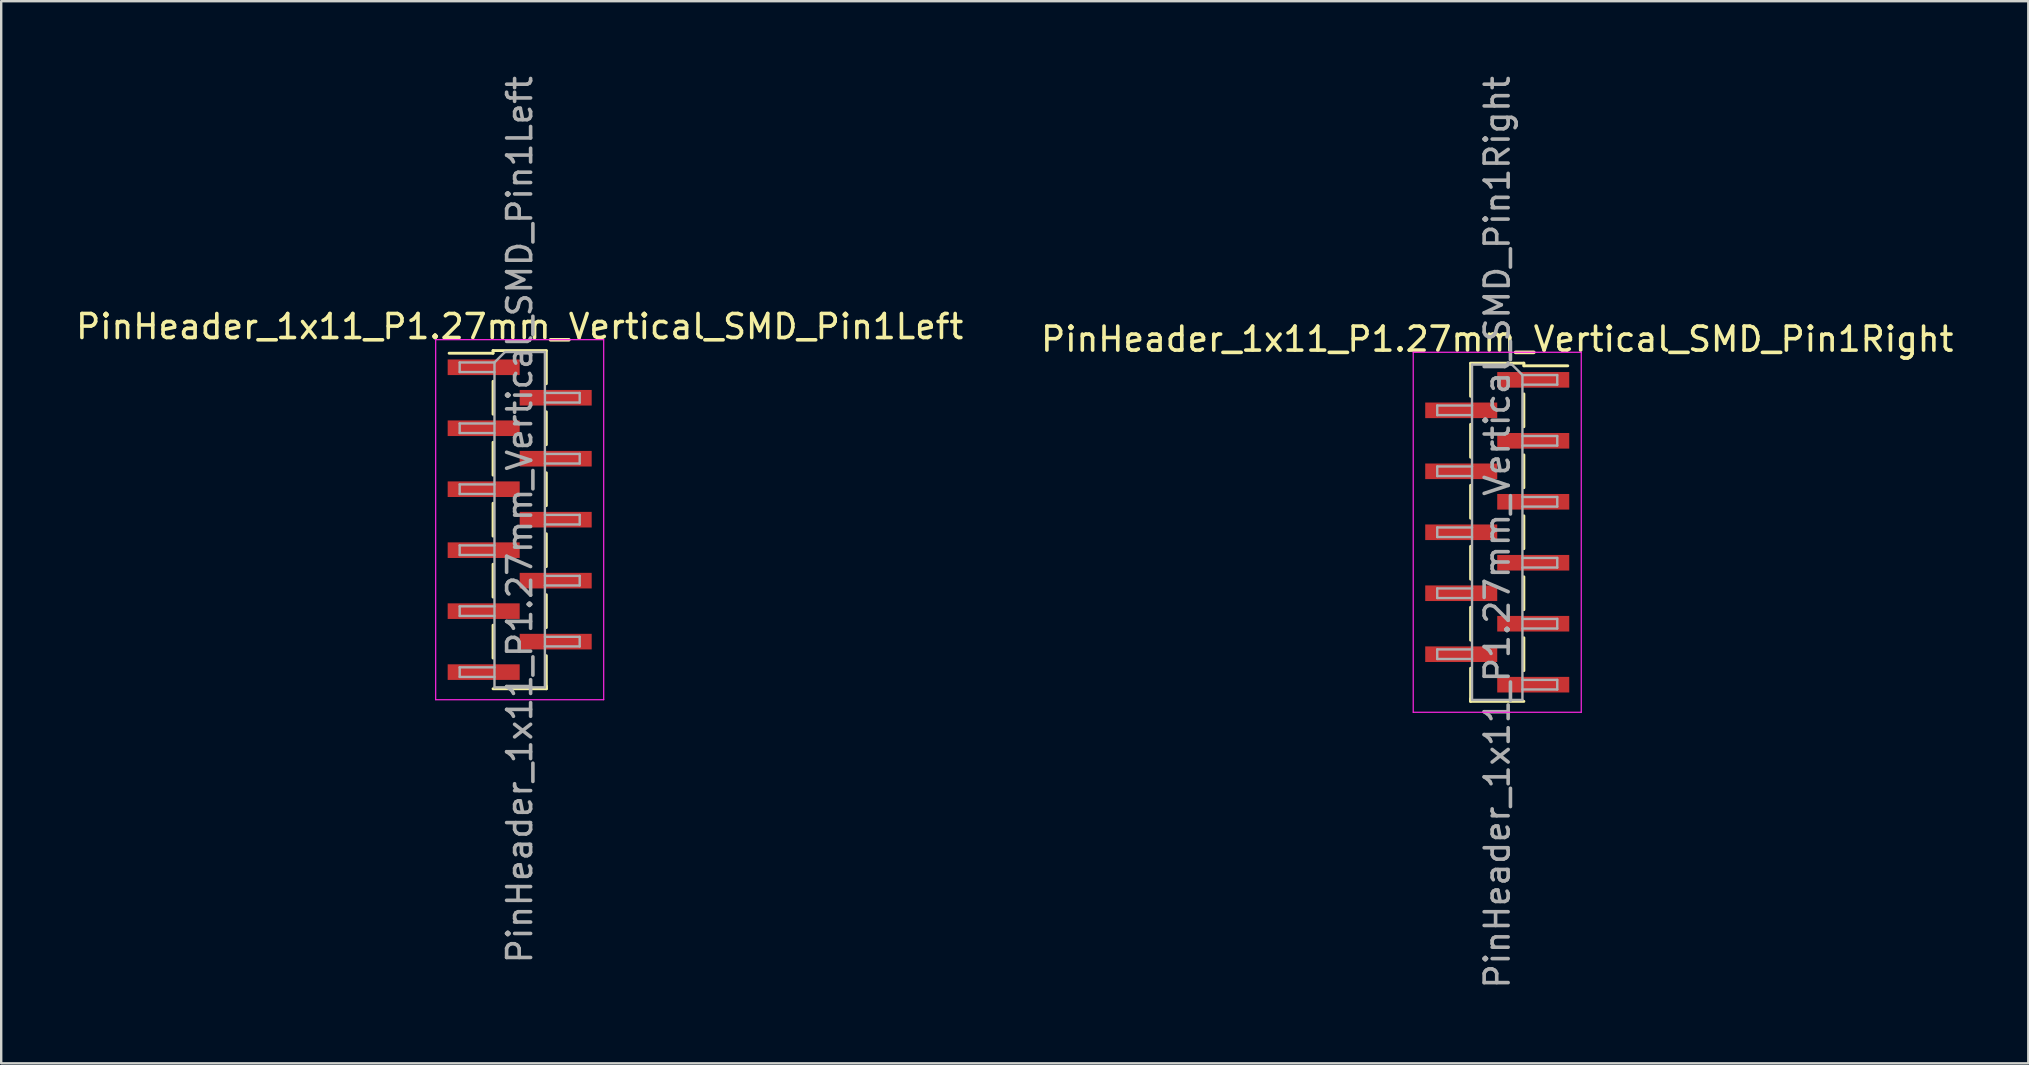
<source format=kicad_pcb>
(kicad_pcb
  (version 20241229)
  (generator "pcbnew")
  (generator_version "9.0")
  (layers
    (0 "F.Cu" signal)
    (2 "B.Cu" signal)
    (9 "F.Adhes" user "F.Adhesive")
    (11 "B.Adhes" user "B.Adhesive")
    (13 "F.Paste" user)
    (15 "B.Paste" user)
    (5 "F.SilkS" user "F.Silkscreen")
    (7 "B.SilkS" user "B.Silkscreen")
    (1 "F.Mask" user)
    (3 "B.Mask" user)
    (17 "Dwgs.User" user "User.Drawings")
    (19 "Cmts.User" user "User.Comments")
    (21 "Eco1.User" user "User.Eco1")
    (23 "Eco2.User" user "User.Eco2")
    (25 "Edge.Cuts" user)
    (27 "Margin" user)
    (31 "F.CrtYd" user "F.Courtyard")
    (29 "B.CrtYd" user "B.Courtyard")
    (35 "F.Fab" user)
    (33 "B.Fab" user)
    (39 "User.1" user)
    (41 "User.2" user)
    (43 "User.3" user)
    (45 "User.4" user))
  (footprint "PinHeader_1x11_P1.27mm_Vertical_SMD_Pin1Right"
    (layer "F.Cu")
    (at 59.327 19.125)
    (property "Reference" "PinHeader_1x11_P1.27mm_Vertical_SMD_Pin1Right" (at 0 -8.045 0) (layer "F.SilkS") (effects (font (size 1 1) (thickness 0.15))))
    (attr smd)
    (fp_line (start -1.11 -7.045) (end 1.11 -7.045) (stroke (width 0.12) (type solid)) (layer "F.SilkS"))
    (fp_line (start -1.11 -7.035) (end -1.11 -5.665) (stroke (width 0.12) (type solid)) (layer "F.SilkS"))
    (fp_line (start -1.11 -4.495) (end -1.11 -3.125) (stroke (width 0.12) (type solid)) (layer "F.SilkS"))
    (fp_line (start -1.11 -1.955) (end -1.11 -0.585) (stroke (width 0.12) (type solid)) (layer "F.SilkS"))
    (fp_line (start -1.11 0.585) (end -1.11 1.955) (stroke (width 0.12) (type solid)) (layer "F.SilkS"))
    (fp_line (start -1.11 3.125) (end -1.11 4.495) (stroke (width 0.12) (type solid)) (layer "F.SilkS"))
    (fp_line (start -1.11 5.665) (end -1.11 7.035) (stroke (width 0.12) (type solid)) (layer "F.SilkS"))
    (fp_line (start -1.11 6.935) (end -1.11 7.045) (stroke (width 0.12) (type solid)) (layer "F.SilkS"))
    (fp_line (start -1.11 7.045) (end 1.11 7.045) (stroke (width 0.12) (type solid)) (layer "F.SilkS"))
    (fp_line (start 1.11 -7.045) (end 1.11 -6.935) (stroke (width 0.12) (type solid)) (layer "F.SilkS"))
    (fp_line (start 1.11 -6.935) (end 2.94 -6.935) (stroke (width 0.12) (type solid)) (layer "F.SilkS"))
    (fp_line (start 1.11 -5.765) (end 1.11 -4.395) (stroke (width 0.12) (type solid)) (layer "F.SilkS"))
    (fp_line (start 1.11 -3.225) (end 1.11 -1.855) (stroke (width 0.12) (type solid)) (layer "F.SilkS"))
    (fp_line (start 1.11 -0.685) (end 1.11 0.685) (stroke (width 0.12) (type solid)) (layer "F.SilkS"))
    (fp_line (start 1.11 1.855) (end 1.11 3.225) (stroke (width 0.12) (type solid)) (layer "F.SilkS"))
    (fp_line (start 1.11 4.395) (end 1.11 5.765) (stroke (width 0.12) (type solid)) (layer "F.SilkS"))
    (fp_line (start -3.5 -7.5) (end -3.5 7.5) (stroke (width 0.05) (type solid)) (layer "F.CrtYd"))
    (fp_line (start -3.5 7.5) (end 3.5 7.5) (stroke (width 0.05) (type solid)) (layer "F.CrtYd"))
    (fp_line (start 3.5 -7.5) (end -3.5 -7.5) (stroke (width 0.05) (type solid)) (layer "F.CrtYd"))
    (fp_line (start 3.5 7.5) (end 3.5 -7.5) (stroke (width 0.05) (type solid)) (layer "F.CrtYd"))
    (fp_line (start -2.5 -5.28) (end -2.5 -4.88) (stroke (width 0.1) (type solid)) (layer "F.Fab"))
    (fp_line (start -2.5 -4.88) (end -1.05 -4.88) (stroke (width 0.1) (type solid)) (layer "F.Fab"))
    (fp_line (start -2.5 -2.74) (end -2.5 -2.34) (stroke (width 0.1) (type solid)) (layer "F.Fab"))
    (fp_line (start -2.5 -2.34) (end -1.05 -2.34) (stroke (width 0.1) (type solid)) (layer "F.Fab"))
    (fp_line (start -2.5 -0.2) (end -2.5 0.2) (stroke (width 0.1) (type solid)) (layer "F.Fab"))
    (fp_line (start -2.5 0.2) (end -1.05 0.2) (stroke (width 0.1) (type solid)) (layer "F.Fab"))
    (fp_line (start -2.5 2.34) (end -2.5 2.74) (stroke (width 0.1) (type solid)) (layer "F.Fab"))
    (fp_line (start -2.5 2.74) (end -1.05 2.74) (stroke (width 0.1) (type solid)) (layer "F.Fab"))
    (fp_line (start -2.5 4.88) (end -2.5 5.28) (stroke (width 0.1) (type solid)) (layer "F.Fab"))
    (fp_line (start -2.5 5.28) (end -1.05 5.28) (stroke (width 0.1) (type solid)) (layer "F.Fab"))
    (fp_line (start -1.05 -6.985) (end -1.05 6.985) (stroke (width 0.1) (type solid)) (layer "F.Fab"))
    (fp_line (start -1.05 -6.985) (end 0.615 -6.985) (stroke (width 0.1) (type solid)) (layer "F.Fab"))
    (fp_line (start -1.05 -5.28) (end -2.5 -5.28) (stroke (width 0.1) (type solid)) (layer "F.Fab"))
    (fp_line (start -1.05 -2.74) (end -2.5 -2.74) (stroke (width 0.1) (type solid)) (layer "F.Fab"))
    (fp_line (start -1.05 -0.2) (end -2.5 -0.2) (stroke (width 0.1) (type solid)) (layer "F.Fab"))
    (fp_line (start -1.05 2.34) (end -2.5 2.34) (stroke (width 0.1) (type solid)) (layer "F.Fab"))
    (fp_line (start -1.05 4.88) (end -2.5 4.88) (stroke (width 0.1) (type solid)) (layer "F.Fab"))
    (fp_line (start 1.05 -6.55) (end 0.615 -6.985) (stroke (width 0.1) (type solid)) (layer "F.Fab"))
    (fp_line (start 1.05 -6.55) (end 2.5 -6.55) (stroke (width 0.1) (type solid)) (layer "F.Fab"))
    (fp_line (start 1.05 -4.01) (end 2.5 -4.01) (stroke (width 0.1) (type solid)) (layer "F.Fab"))
    (fp_line (start 1.05 -1.47) (end 2.5 -1.47) (stroke (width 0.1) (type solid)) (layer "F.Fab"))
    (fp_line (start 1.05 1.07) (end 2.5 1.07) (stroke (width 0.1) (type solid)) (layer "F.Fab"))
    (fp_line (start 1.05 3.61) (end 2.5 3.61) (stroke (width 0.1) (type solid)) (layer "F.Fab"))
    (fp_line (start 1.05 6.15) (end 2.5 6.15) (stroke (width 0.1) (type solid)) (layer "F.Fab"))
    (fp_line (start 1.05 6.985) (end -1.05 6.985) (stroke (width 0.1) (type solid)) (layer "F.Fab"))
    (fp_line (start 1.05 6.985) (end 1.05 -6.55) (stroke (width 0.1) (type solid)) (layer "F.Fab"))
    (fp_line (start 2.5 -6.55) (end 2.5 -6.15) (stroke (width 0.1) (type solid)) (layer "F.Fab"))
    (fp_line (start 2.5 -6.15) (end 1.05 -6.15) (stroke (width 0.1) (type solid)) (layer "F.Fab"))
    (fp_line (start 2.5 -4.01) (end 2.5 -3.61) (stroke (width 0.1) (type solid)) (layer "F.Fab"))
    (fp_line (start 2.5 -3.61) (end 1.05 -3.61) (stroke (width 0.1) (type solid)) (layer "F.Fab"))
    (fp_line (start 2.5 -1.47) (end 2.5 -1.07) (stroke (width 0.1) (type solid)) (layer "F.Fab"))
    (fp_line (start 2.5 -1.07) (end 1.05 -1.07) (stroke (width 0.1) (type solid)) (layer "F.Fab"))
    (fp_line (start 2.5 1.07) (end 2.5 1.47) (stroke (width 0.1) (type solid)) (layer "F.Fab"))
    (fp_line (start 2.5 1.47) (end 1.05 1.47) (stroke (width 0.1) (type solid)) (layer "F.Fab"))
    (fp_line (start 2.5 3.61) (end 2.5 4.01) (stroke (width 0.1) (type solid)) (layer "F.Fab"))
    (fp_line (start 2.5 4.01) (end 1.05 4.01) (stroke (width 0.1) (type solid)) (layer "F.Fab"))
    (fp_line (start 2.5 6.15) (end 2.5 6.55) (stroke (width 0.1) (type solid)) (layer "F.Fab"))
    (fp_line (start 2.5 6.55) (end 1.05 6.55) (stroke (width 0.1) (type solid)) (layer "F.Fab"))
    (fp_text user "${REFERENCE}" (at 0 0 90) (layer "F.Fab") (effects (font (size 1 1) (thickness 0.15))))
    (pad "1" smd rect (at 1.5 -6.35) (size 3 0.65) (layers "F.Cu" "F.Mask" "F.Paste"))
    (pad "2" smd rect (at -1.5 -5.08) (size 3 0.65) (layers "F.Cu" "F.Mask" "F.Paste"))
    (pad "3" smd rect (at 1.5 -3.81) (size 3 0.65) (layers "F.Cu" "F.Mask" "F.Paste"))
    (pad "4" smd rect (at -1.5 -2.54) (size 3 0.65) (layers "F.Cu" "F.Mask" "F.Paste"))
    (pad "5" smd rect (at 1.5 -1.27) (size 3 0.65) (layers "F.Cu" "F.Mask" "F.Paste"))
    (pad "6" smd rect (at -1.5 0) (size 3 0.65) (layers "F.Cu" "F.Mask" "F.Paste"))
    (pad "7" smd rect (at 1.5 1.27) (size 3 0.65) (layers "F.Cu" "F.Mask" "F.Paste"))
    (pad "8" smd rect (at -1.5 2.54) (size 3 0.65) (layers "F.Cu" "F.Mask" "F.Paste"))
    (pad "9" smd rect (at 1.5 3.81) (size 3 0.65) (layers "F.Cu" "F.Mask" "F.Paste"))
    (pad "10" smd rect (at -1.5 5.08) (size 3 0.65) (layers "F.Cu" "F.Mask" "F.Paste"))
    (pad "11" smd rect (at 1.5 6.35) (size 3 0.65) (layers "F.Cu" "F.Mask" "F.Paste")))
  (footprint "PinHeader_1x11_P1.27mm_Vertical_SMD_Pin1Left"
    (layer "F.Cu")
    (at 18.601 18.601)
    (property "Reference" "PinHeader_1x11_P1.27mm_Vertical_SMD_Pin1Left" (at 0 -8.045 0) (layer "F.SilkS") (effects (font (size 1 1) (thickness 0.15))))
    (attr smd)
    (fp_line (start -1.11 -7.045) (end -1.11 -6.935) (stroke (width 0.12) (type solid)) (layer "F.SilkS"))
    (fp_line (start -1.11 -7.045) (end 1.11 -7.045) (stroke (width 0.12) (type solid)) (layer "F.SilkS"))
    (fp_line (start -1.11 -6.935) (end -2.94 -6.935) (stroke (width 0.12) (type solid)) (layer "F.SilkS"))
    (fp_line (start -1.11 -5.765) (end -1.11 -4.395) (stroke (width 0.12) (type solid)) (layer "F.SilkS"))
    (fp_line (start -1.11 -3.225) (end -1.11 -1.855) (stroke (width 0.12) (type solid)) (layer "F.SilkS"))
    (fp_line (start -1.11 -0.685) (end -1.11 0.685) (stroke (width 0.12) (type solid)) (layer "F.SilkS"))
    (fp_line (start -1.11 1.855) (end -1.11 3.225) (stroke (width 0.12) (type solid)) (layer "F.SilkS"))
    (fp_line (start -1.11 4.395) (end -1.11 5.765) (stroke (width 0.12) (type solid)) (layer "F.SilkS"))
    (fp_line (start -1.11 7.045) (end 1.11 7.045) (stroke (width 0.12) (type solid)) (layer "F.SilkS"))
    (fp_line (start 1.11 -7.035) (end 1.11 -5.665) (stroke (width 0.12) (type solid)) (layer "F.SilkS"))
    (fp_line (start 1.11 -4.495) (end 1.11 -3.125) (stroke (width 0.12) (type solid)) (layer "F.SilkS"))
    (fp_line (start 1.11 -1.955) (end 1.11 -0.585) (stroke (width 0.12) (type solid)) (layer "F.SilkS"))
    (fp_line (start 1.11 0.585) (end 1.11 1.955) (stroke (width 0.12) (type solid)) (layer "F.SilkS"))
    (fp_line (start 1.11 3.125) (end 1.11 4.495) (stroke (width 0.12) (type solid)) (layer "F.SilkS"))
    (fp_line (start 1.11 5.665) (end 1.11 7.035) (stroke (width 0.12) (type solid)) (layer "F.SilkS"))
    (fp_line (start 1.11 6.935) (end 1.11 7.045) (stroke (width 0.12) (type solid)) (layer "F.SilkS"))
    (fp_line (start -3.5 -7.5) (end -3.5 7.5) (stroke (width 0.05) (type solid)) (layer "F.CrtYd"))
    (fp_line (start -3.5 7.5) (end 3.5 7.5) (stroke (width 0.05) (type solid)) (layer "F.CrtYd"))
    (fp_line (start 3.5 -7.5) (end -3.5 -7.5) (stroke (width 0.05) (type solid)) (layer "F.CrtYd"))
    (fp_line (start 3.5 7.5) (end 3.5 -7.5) (stroke (width 0.05) (type solid)) (layer "F.CrtYd"))
    (fp_line (start -2.5 -6.55) (end -2.5 -6.15) (stroke (width 0.1) (type solid)) (layer "F.Fab"))
    (fp_line (start -2.5 -6.15) (end -1.05 -6.15) (stroke (width 0.1) (type solid)) (layer "F.Fab"))
    (fp_line (start -2.5 -4.01) (end -2.5 -3.61) (stroke (width 0.1) (type solid)) (layer "F.Fab"))
    (fp_line (start -2.5 -3.61) (end -1.05 -3.61) (stroke (width 0.1) (type solid)) (layer "F.Fab"))
    (fp_line (start -2.5 -1.47) (end -2.5 -1.07) (stroke (width 0.1) (type solid)) (layer "F.Fab"))
    (fp_line (start -2.5 -1.07) (end -1.05 -1.07) (stroke (width 0.1) (type solid)) (layer "F.Fab"))
    (fp_line (start -2.5 1.07) (end -2.5 1.47) (stroke (width 0.1) (type solid)) (layer "F.Fab"))
    (fp_line (start -2.5 1.47) (end -1.05 1.47) (stroke (width 0.1) (type solid)) (layer "F.Fab"))
    (fp_line (start -2.5 3.61) (end -2.5 4.01) (stroke (width 0.1) (type solid)) (layer "F.Fab"))
    (fp_line (start -2.5 4.01) (end -1.05 4.01) (stroke (width 0.1) (type solid)) (layer "F.Fab"))
    (fp_line (start -2.5 6.15) (end -2.5 6.55) (stroke (width 0.1) (type solid)) (layer "F.Fab"))
    (fp_line (start -2.5 6.55) (end -1.05 6.55) (stroke (width 0.1) (type solid)) (layer "F.Fab"))
    (fp_line (start -1.05 -6.55) (end -2.5 -6.55) (stroke (width 0.1) (type solid)) (layer "F.Fab"))
    (fp_line (start -1.05 -6.55) (end -0.615 -6.985) (stroke (width 0.1) (type solid)) (layer "F.Fab"))
    (fp_line (start -1.05 -4.01) (end -2.5 -4.01) (stroke (width 0.1) (type solid)) (layer "F.Fab"))
    (fp_line (start -1.05 -1.47) (end -2.5 -1.47) (stroke (width 0.1) (type solid)) (layer "F.Fab"))
    (fp_line (start -1.05 1.07) (end -2.5 1.07) (stroke (width 0.1) (type solid)) (layer "F.Fab"))
    (fp_line (start -1.05 3.61) (end -2.5 3.61) (stroke (width 0.1) (type solid)) (layer "F.Fab"))
    (fp_line (start -1.05 6.15) (end -2.5 6.15) (stroke (width 0.1) (type solid)) (layer "F.Fab"))
    (fp_line (start -1.05 6.985) (end -1.05 -6.55) (stroke (width 0.1) (type solid)) (layer "F.Fab"))
    (fp_line (start -0.615 -6.985) (end 1.05 -6.985) (stroke (width 0.1) (type solid)) (layer "F.Fab"))
    (fp_line (start 1.05 -6.985) (end 1.05 6.985) (stroke (width 0.1) (type solid)) (layer "F.Fab"))
    (fp_line (start 1.05 -5.28) (end 2.5 -5.28) (stroke (width 0.1) (type solid)) (layer "F.Fab"))
    (fp_line (start 1.05 -2.74) (end 2.5 -2.74) (stroke (width 0.1) (type solid)) (layer "F.Fab"))
    (fp_line (start 1.05 -0.2) (end 2.5 -0.2) (stroke (width 0.1) (type solid)) (layer "F.Fab"))
    (fp_line (start 1.05 2.34) (end 2.5 2.34) (stroke (width 0.1) (type solid)) (layer "F.Fab"))
    (fp_line (start 1.05 4.88) (end 2.5 4.88) (stroke (width 0.1) (type solid)) (layer "F.Fab"))
    (fp_line (start 1.05 6.985) (end -1.05 6.985) (stroke (width 0.1) (type solid)) (layer "F.Fab"))
    (fp_line (start 2.5 -5.28) (end 2.5 -4.88) (stroke (width 0.1) (type solid)) (layer "F.Fab"))
    (fp_line (start 2.5 -4.88) (end 1.05 -4.88) (stroke (width 0.1) (type solid)) (layer "F.Fab"))
    (fp_line (start 2.5 -2.74) (end 2.5 -2.34) (stroke (width 0.1) (type solid)) (layer "F.Fab"))
    (fp_line (start 2.5 -2.34) (end 1.05 -2.34) (stroke (width 0.1) (type solid)) (layer "F.Fab"))
    (fp_line (start 2.5 -0.2) (end 2.5 0.2) (stroke (width 0.1) (type solid)) (layer "F.Fab"))
    (fp_line (start 2.5 0.2) (end 1.05 0.2) (stroke (width 0.1) (type solid)) (layer "F.Fab"))
    (fp_line (start 2.5 2.34) (end 2.5 2.74) (stroke (width 0.1) (type solid)) (layer "F.Fab"))
    (fp_line (start 2.5 2.74) (end 1.05 2.74) (stroke (width 0.1) (type solid)) (layer "F.Fab"))
    (fp_line (start 2.5 4.88) (end 2.5 5.28) (stroke (width 0.1) (type solid)) (layer "F.Fab"))
    (fp_line (start 2.5 5.28) (end 1.05 5.28) (stroke (width 0.1) (type solid)) (layer "F.Fab"))
    (fp_text user "${REFERENCE}" (at 0 0 90) (layer "F.Fab") (effects (font (size 1 1) (thickness 0.15))))
    (pad "1" smd rect (at -1.5 -6.35) (size 3 0.65) (layers "F.Cu" "F.Mask" "F.Paste"))
    (pad "2" smd rect (at 1.5 -5.08) (size 3 0.65) (layers "F.Cu" "F.Mask" "F.Paste"))
    (pad "3" smd rect (at -1.5 -3.81) (size 3 0.65) (layers "F.Cu" "F.Mask" "F.Paste"))
    (pad "4" smd rect (at 1.5 -2.54) (size 3 0.65) (layers "F.Cu" "F.Mask" "F.Paste"))
    (pad "5" smd rect (at -1.5 -1.27) (size 3 0.65) (layers "F.Cu" "F.Mask" "F.Paste"))
    (pad "6" smd rect (at 1.5 0) (size 3 0.65) (layers "F.Cu" "F.Mask" "F.Paste"))
    (pad "7" smd rect (at -1.5 1.27) (size 3 0.65) (layers "F.Cu" "F.Mask" "F.Paste"))
    (pad "8" smd rect (at 1.5 2.54) (size 3 0.65) (layers "F.Cu" "F.Mask" "F.Paste"))
    (pad "9" smd rect (at -1.5 3.81) (size 3 0.65) (layers "F.Cu" "F.Mask" "F.Paste"))
    (pad "10" smd rect (at 1.5 5.08) (size 3 0.65) (layers "F.Cu" "F.Mask" "F.Paste"))
    (pad "11" smd rect (at -1.5 6.35) (size 3 0.65) (layers "F.Cu" "F.Mask" "F.Paste")))
  (gr_rect
    (start -3 -3)
    (end 81.452 41.25)
    (stroke (width 0.1) (type default))
    (fill no)
    (layer "Edge.Cuts")))
</source>
